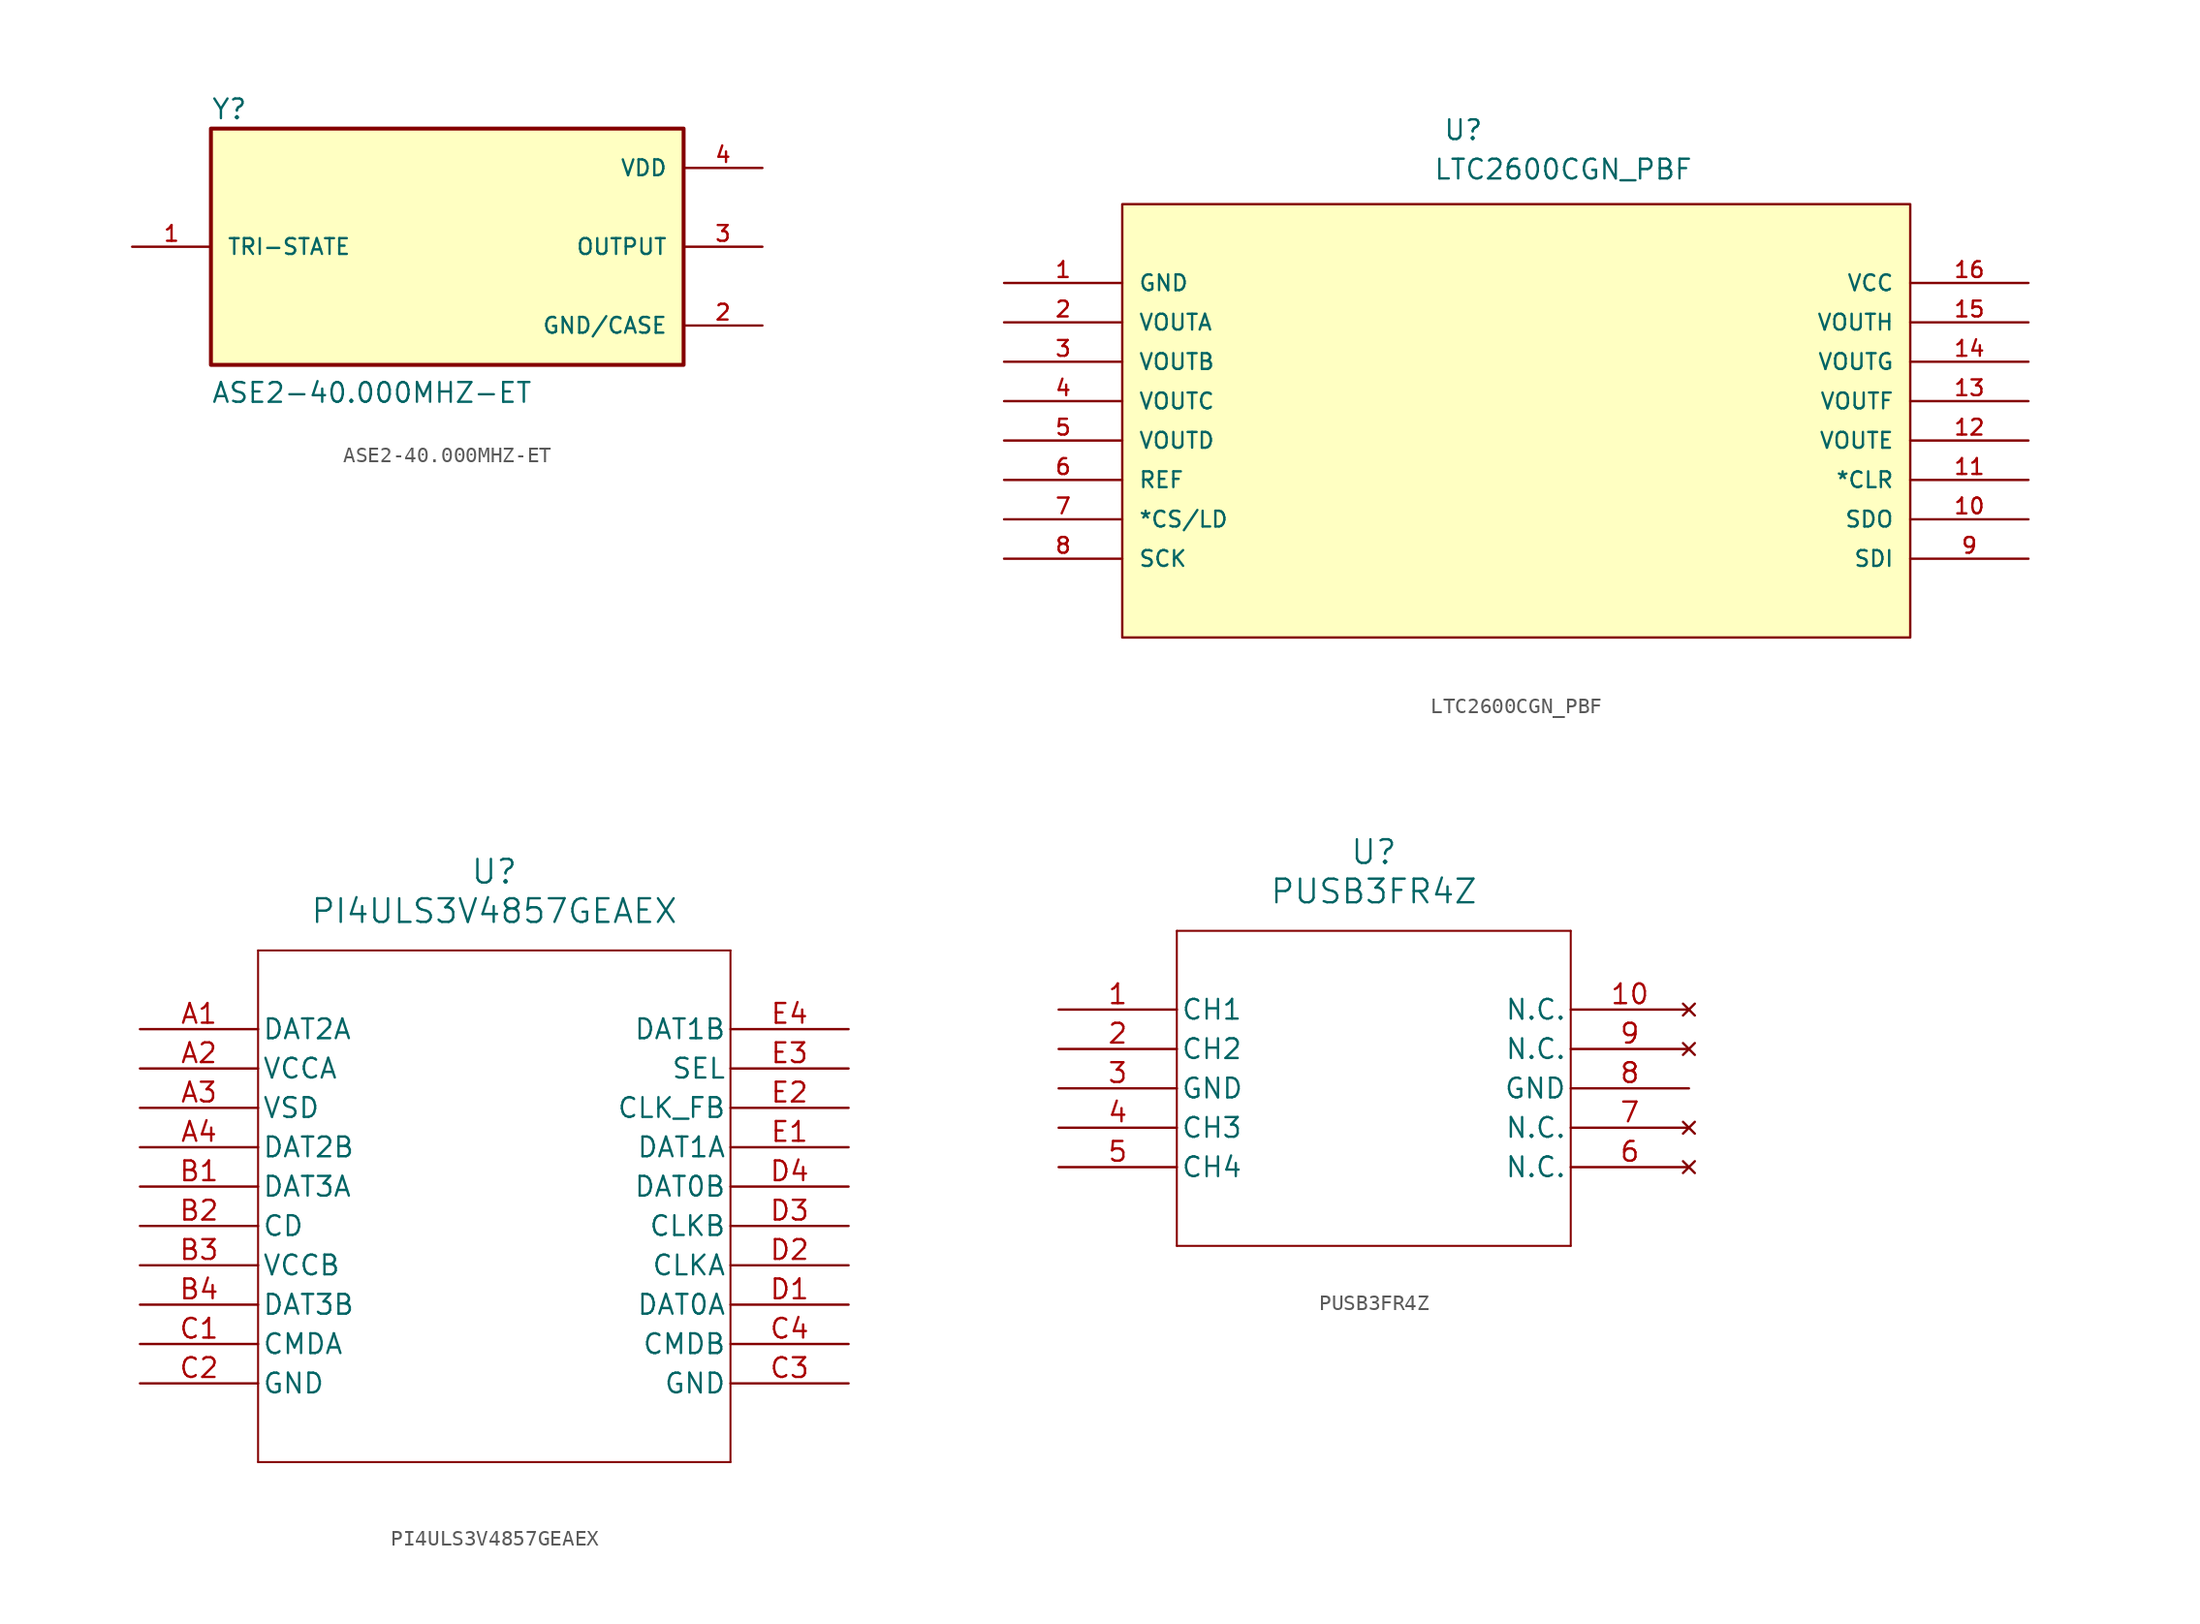
<source format=kicad_sym>
(kicad_symbol_lib
  (version 20231120)
  (generator "kicad_symbol_editor")
  (generator_version "8.0")
  (symbol "ASE2-40.000MHZ-ET"
    (pin_names
      (offset 1.016))
    (property "Reference" "Y"
      (at -15.24 8.128 0)
      (effects (font (size 1.27 1.27)) (justify left bottom)))
    (property "Value" "ASE2-40.000MHZ-ET"
      (at -15.24 -10.16 0)
      (effects (font (size 1.27 1.27)) (justify left bottom)))
    (symbol "ASE2-40.000MHZ-ET_0_0"
      (rectangle (start -15.24 -7.62) (end 15.24 7.62) (stroke (width 0.254) (type default)) (fill (type background)))
      (pin passive line (at -20.32 0 0) (length 5.08) (name "TRI-STATE" (effects (font (size 1.016 1.016)))) (number "1" (effects (font (size 1.016 1.016)))))
      (pin power_in line (at 20.32 -5.08 180) (length 5.08) (name "GND/CASE" (effects (font (size 1.016 1.016)))) (number "2" (effects (font (size 1.016 1.016)))))
      (pin output line (at 20.32 0 180) (length 5.08) (name "OUTPUT" (effects (font (size 1.016 1.016)))) (number "3" (effects (font (size 1.016 1.016)))))
      (pin power_in line (at 20.32 5.08 180) (length 5.08) (name "VDD" (effects (font (size 1.016 1.016)))) (number "4" (effects (font (size 1.016 1.016)))))))
  (symbol "LTC2600CGN_PBF"
    (pin_names
      (offset 1.016))
    (property "Reference" "U"
      (at 28.296 9.119 0)
      (effects (font (size 1.27 1.27)) (justify left bottom)))
    (property "Value" "LTC2600CGN_PBF"
      (at 27.661 6.579 0)
      (effects (font (size 1.27 1.27)) (justify left bottom)))
    (symbol "LTC2600CGN_PBF_0_0"
      (rectangle (start 7.62 -22.86) (end 58.42 5.08) (stroke (width 0.152) (type default)) (fill (type background)))
      (pin power_in line (at 0 0 0) (length 7.62) (name "GND" (effects (font (size 1.016 1.016)))) (number "1" (effects (font (size 1.016 1.016)))))
      (pin output line (at 66.04 -15.24 180) (length 7.62) (name "SDO" (effects (font (size 1.016 1.016)))) (number "10" (effects (font (size 1.016 1.016)))))
      (pin input line (at 66.04 -12.7 180) (length 7.62) (name "*CLR" (effects (font (size 1.016 1.016)))) (number "11" (effects (font (size 1.016 1.016)))))
      (pin output line (at 66.04 -10.16 180) (length 7.62) (name "VOUTE" (effects (font (size 1.016 1.016)))) (number "12" (effects (font (size 1.016 1.016)))))
      (pin output line (at 66.04 -7.62 180) (length 7.62) (name "VOUTF" (effects (font (size 1.016 1.016)))) (number "13" (effects (font (size 1.016 1.016)))))
      (pin output line (at 66.04 -5.08 180) (length 7.62) (name "VOUTG" (effects (font (size 1.016 1.016)))) (number "14" (effects (font (size 1.016 1.016)))))
      (pin output line (at 66.04 -2.54 180) (length 7.62) (name "VOUTH" (effects (font (size 1.016 1.016)))) (number "15" (effects (font (size 1.016 1.016)))))
      (pin power_in line (at 66.04 0 180) (length 7.62) (name "VCC" (effects (font (size 1.016 1.016)))) (number "16" (effects (font (size 1.016 1.016)))))
      (pin output line (at 0 -2.54 0) (length 7.62) (name "VOUTA" (effects (font (size 1.016 1.016)))) (number "2" (effects (font (size 1.016 1.016)))))
      (pin output line (at 0 -5.08 0) (length 7.62) (name "VOUTB" (effects (font (size 1.016 1.016)))) (number "3" (effects (font (size 1.016 1.016)))))
      (pin output line (at 0 -7.62 0) (length 7.62) (name "VOUTC" (effects (font (size 1.016 1.016)))) (number "4" (effects (font (size 1.016 1.016)))))
      (pin output line (at 0 -10.16 0) (length 7.62) (name "VOUTD" (effects (font (size 1.016 1.016)))) (number "5" (effects (font (size 1.016 1.016)))))
      (pin input line (at 0 -12.7 0) (length 7.62) (name "REF" (effects (font (size 1.016 1.016)))) (number "6" (effects (font (size 1.016 1.016)))))
      (pin input line (at 0 -15.24 0) (length 7.62) (name "*CS/LD" (effects (font (size 1.016 1.016)))) (number "7" (effects (font (size 1.016 1.016)))))
      (pin input line (at 0 -17.78 0) (length 7.62) (name "SCK" (effects (font (size 1.016 1.016)))) (number "8" (effects (font (size 1.016 1.016)))))
      (pin input line (at 66.04 -17.78 180) (length 7.62) (name "SDI" (effects (font (size 1.016 1.016)))) (number "9" (effects (font (size 1.016 1.016)))))))
  (symbol "PI4ULS3V4857GEAEX"
    (pin_names
      (offset 0.254))
    (property "Reference" "U"
      (at 22.86 10.16 0)
      (effects (font (size 1.524 1.524))))
    (property "Value" "PI4ULS3V4857GEAEX"
      (at 22.86 7.62 0)
      (effects (font (size 1.524 1.524))))
    (property "ki_locked" ""
      (at 0 0 0)
      (effects (font (size 1.27 1.27))))
    (symbol "PI4ULS3V4857GEAEX_0_1"
      (polyline (pts (xy 7.62 -27.94) (xy 38.1 -27.94)) (stroke (width 0.127) (type default)) (fill (type none)))
      (polyline (pts (xy 7.62 5.08) (xy 7.62 -27.94)) (stroke (width 0.127) (type default)) (fill (type none)))
      (polyline (pts (xy 38.1 -27.94) (xy 38.1 5.08)) (stroke (width 0.127) (type default)) (fill (type none)))
      (polyline (pts (xy 38.1 5.08) (xy 7.62 5.08)) (stroke (width 0.127) (type default)) (fill (type none)))
      (pin bidirectional line (at 0 0 0) (length 7.62) (name "DAT2A" (effects (font (size 1.27 1.27)))) (number "A1" (effects (font (size 1.27 1.27)))))
      (pin power_in line (at 0 -2.54 0) (length 7.62) (name "VCCA" (effects (font (size 1.27 1.27)))) (number "A2" (effects (font (size 1.27 1.27)))))
      (pin power_in line (at 0 -5.08 0) (length 7.62) (name "VSD" (effects (font (size 1.27 1.27)))) (number "A3" (effects (font (size 1.27 1.27)))))
      (pin bidirectional line (at 0 -7.62 0) (length 7.62) (name "DAT2B" (effects (font (size 1.27 1.27)))) (number "A4" (effects (font (size 1.27 1.27)))))
      (pin bidirectional line (at 0 -10.16 0) (length 7.62) (name "DAT3A" (effects (font (size 1.27 1.27)))) (number "B1" (effects (font (size 1.27 1.27)))))
      (pin output line (at 0 -12.7 0) (length 7.62) (name "CD" (effects (font (size 1.27 1.27)))) (number "B2" (effects (font (size 1.27 1.27)))))
      (pin power_in line (at 0 -15.24 0) (length 7.62) (name "VCCB" (effects (font (size 1.27 1.27)))) (number "B3" (effects (font (size 1.27 1.27)))))
      (pin bidirectional line (at 0 -17.78 0) (length 7.62) (name "DAT3B" (effects (font (size 1.27 1.27)))) (number "B4" (effects (font (size 1.27 1.27)))))
      (pin bidirectional line (at 0 -20.32 0) (length 7.62) (name "CMDA" (effects (font (size 1.27 1.27)))) (number "C1" (effects (font (size 1.27 1.27)))))
      (pin power_in line (at 0 -22.86 0) (length 7.62) (name "GND" (effects (font (size 1.27 1.27)))) (number "C2" (effects (font (size 1.27 1.27)))))
      (pin power_in line (at 45.72 -22.86 180) (length 7.62) (name "GND" (effects (font (size 1.27 1.27)))) (number "C3" (effects (font (size 1.27 1.27)))))
      (pin bidirectional line (at 45.72 -20.32 180) (length 7.62) (name "CMDB" (effects (font (size 1.27 1.27)))) (number "C4" (effects (font (size 1.27 1.27)))))
      (pin bidirectional line (at 45.72 -17.78 180) (length 7.62) (name "DAT0A" (effects (font (size 1.27 1.27)))) (number "D1" (effects (font (size 1.27 1.27)))))
      (pin input line (at 45.72 -15.24 180) (length 7.62) (name "CLKA" (effects (font (size 1.27 1.27)))) (number "D2" (effects (font (size 1.27 1.27)))))
      (pin output line (at 45.72 -12.7 180) (length 7.62) (name "CLKB" (effects (font (size 1.27 1.27)))) (number "D3" (effects (font (size 1.27 1.27)))))
      (pin bidirectional line (at 45.72 -10.16 180) (length 7.62) (name "DAT0B" (effects (font (size 1.27 1.27)))) (number "D4" (effects (font (size 1.27 1.27)))))
      (pin bidirectional line (at 45.72 -7.62 180) (length 7.62) (name "DAT1A" (effects (font (size 1.27 1.27)))) (number "E1" (effects (font (size 1.27 1.27)))))
      (pin output line (at 45.72 -5.08 180) (length 7.62) (name "CLK_FB" (effects (font (size 1.27 1.27)))) (number "E2" (effects (font (size 1.27 1.27)))))
      (pin input line (at 45.72 -2.54 180) (length 7.62) (name "SEL" (effects (font (size 1.27 1.27)))) (number "E3" (effects (font (size 1.27 1.27)))))
      (pin bidirectional line (at 45.72 0 180) (length 7.62) (name "DAT1B" (effects (font (size 1.27 1.27)))) (number "E4" (effects (font (size 1.27 1.27)))))))
  (symbol "PUSB3FR4Z"
    (pin_names
      (offset 0.254))
    (property "Reference" "U"
      (at 20.32 10.16 0)
      (effects (font (size 1.524 1.524))))
    (property "Value" "PUSB3FR4Z"
      (at 20.32 7.62 0)
      (effects (font (size 1.524 1.524))))
    (property "ki_locked" ""
      (at 0 0 0)
      (effects (font (size 1.27 1.27))))
    (symbol "PUSB3FR4Z_1_1"
      (polyline (pts (xy 7.62 -15.24) (xy 33.02 -15.24)) (stroke (width 0.127) (type default)) (fill (type none)))
      (polyline (pts (xy 7.62 5.08) (xy 7.62 -15.24)) (stroke (width 0.127) (type default)) (fill (type none)))
      (polyline (pts (xy 33.02 -15.24) (xy 33.02 5.08)) (stroke (width 0.127) (type default)) (fill (type none)))
      (polyline (pts (xy 33.02 5.08) (xy 7.62 5.08)) (stroke (width 0.127) (type default)) (fill (type none)))
      (pin bidirectional line (at 0 0 0) (length 7.62) (name "CH1" (effects (font (size 1.27 1.27)))) (number "1" (effects (font (size 1.27 1.27)))))
      (pin no_connect line (at 40.64 0 180) (length 7.62) (name "N.C." (effects (font (size 1.27 1.27)))) (number "10" (effects (font (size 1.27 1.27)))))
      (pin bidirectional line (at 0 -2.54 0) (length 7.62) (name "CH2" (effects (font (size 1.27 1.27)))) (number "2" (effects (font (size 1.27 1.27)))))
      (pin power_out line (at 0 -5.08 0) (length 7.62) (name "GND" (effects (font (size 1.27 1.27)))) (number "3" (effects (font (size 1.27 1.27)))))
      (pin bidirectional line (at 0 -7.62 0) (length 7.62) (name "CH3" (effects (font (size 1.27 1.27)))) (number "4" (effects (font (size 1.27 1.27)))))
      (pin bidirectional line (at 0 -10.16 0) (length 7.62) (name "CH4" (effects (font (size 1.27 1.27)))) (number "5" (effects (font (size 1.27 1.27)))))
      (pin no_connect line (at 40.64 -10.16 180) (length 7.62) (name "N.C." (effects (font (size 1.27 1.27)))) (number "6" (effects (font (size 1.27 1.27)))))
      (pin no_connect line (at 40.64 -7.62 180) (length 7.62) (name "N.C." (effects (font (size 1.27 1.27)))) (number "7" (effects (font (size 1.27 1.27)))))
      (pin power_out line (at 40.64 -5.08 180) (length 7.62) (name "GND" (effects (font (size 1.27 1.27)))) (number "8" (effects (font (size 1.27 1.27)))))
      (pin no_connect line (at 40.64 -2.54 180) (length 7.62) (name "N.C." (effects (font (size 1.27 1.27)))) (number "9" (effects (font (size 1.27 1.27))))))))
</source>
